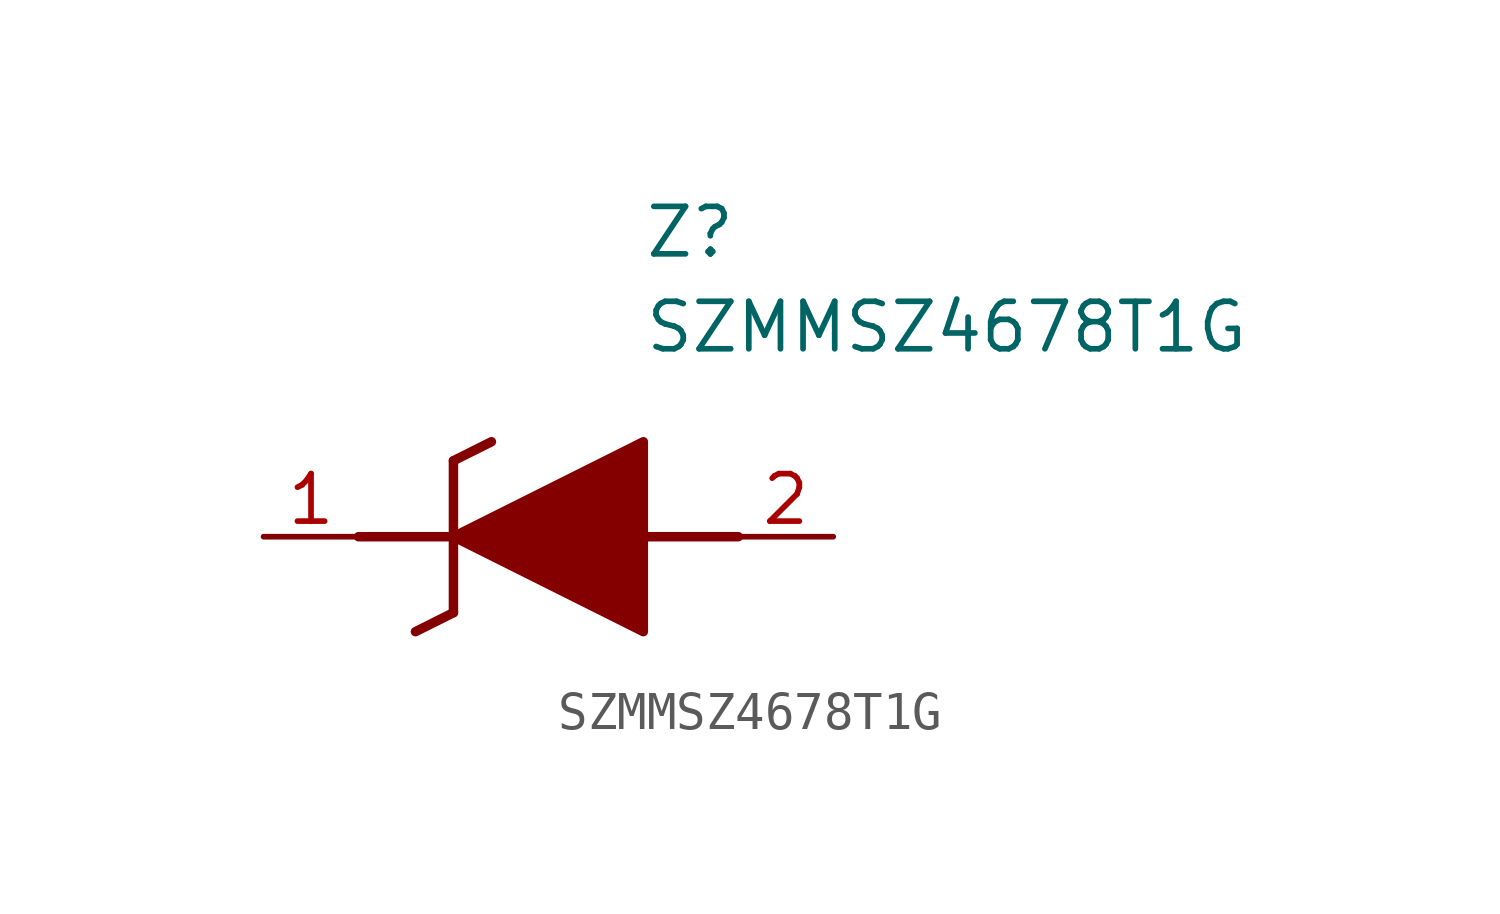
<source format=kicad_sym>
(kicad_symbol_lib
  (version 20211014)
  (generator SamacSys_ECAD_Model)
  (symbol "SZMMSZ4678T1G"
    (pin_names hide)
    (property "Reference" "Z"
      (at 10.16 8.89 0)
      (effects (font (size 1.27 1.27)) (justify left top)))
    (property "Value" "SZMMSZ4678T1G"
      (at 10.16 6.35 0)
      (effects (font (size 1.27 1.27)) (justify left top)))
    (polyline
      (pts (xy 5.08 2.032) (xy 5.08 -2.032))
      (stroke (width 0.254) (type default))
      (fill (type none)))
    (polyline
      (pts (xy 5.08 2.032) (xy 6.096 2.54))
      (stroke (width 0.254) (type default))
      (fill (type none)))
    (polyline
      (pts (xy 4.064 -2.54) (xy 5.08 -2.032))
      (stroke (width 0.254) (type default))
      (fill (type none)))
    (polyline
      (pts (xy 2.54 0) (xy 5.08 0))
      (stroke (width 0.254) (type default))
      (fill (type none)))
    (polyline
      (pts (xy 12.7 0) (xy 10.16 0))
      (stroke (width 0.254) (type default))
      (fill (type none)))
    (polyline
      (pts (xy 5.08 0) (xy 10.16 2.54) (xy 10.16 -2.54) (xy 5.08 0))
      (stroke (width 0.254) (type default))
      (fill (type outline)))
    (pin passive line
      (at 0 0 0)
      (length 2.54)
      (name "K" (effects (font (size 1.27 1.27))))
      (number "1" (effects (font (size 1.27 1.27)))))
    (pin passive line
      (at 15.24 0 180)
      (length 2.54)
      (name "A" (effects (font (size 1.27 1.27))))
      (number "2" (effects (font (size 1.27 1.27)))))))
</source>
